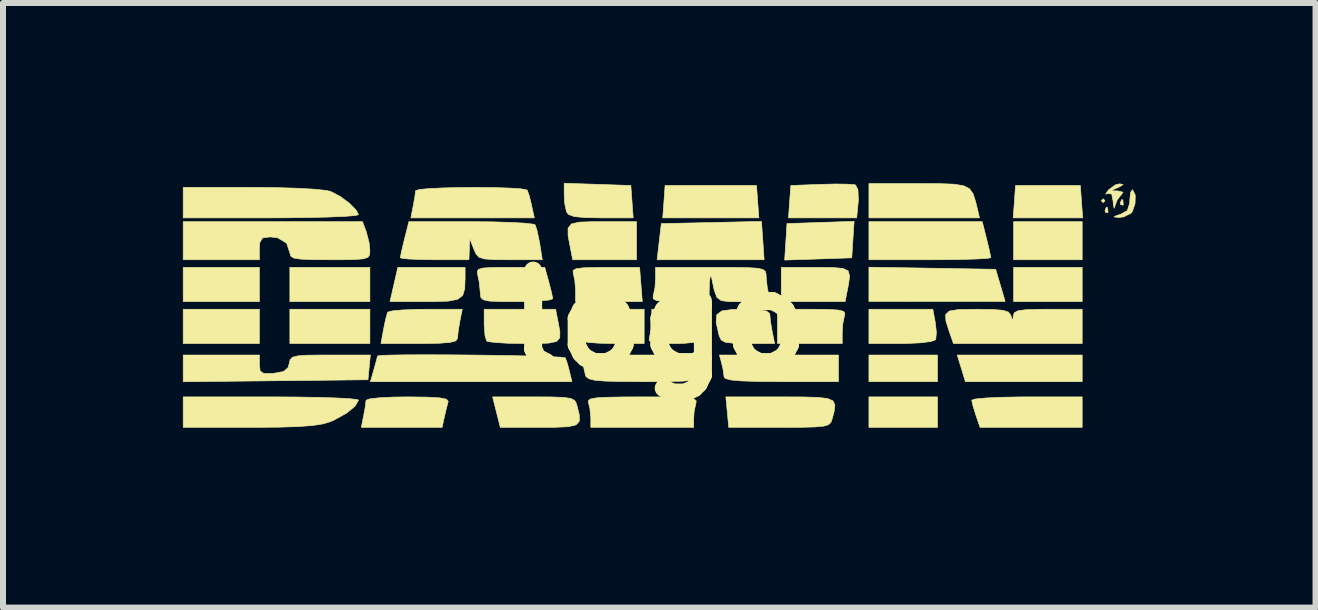
<source format=kicad_pcb>
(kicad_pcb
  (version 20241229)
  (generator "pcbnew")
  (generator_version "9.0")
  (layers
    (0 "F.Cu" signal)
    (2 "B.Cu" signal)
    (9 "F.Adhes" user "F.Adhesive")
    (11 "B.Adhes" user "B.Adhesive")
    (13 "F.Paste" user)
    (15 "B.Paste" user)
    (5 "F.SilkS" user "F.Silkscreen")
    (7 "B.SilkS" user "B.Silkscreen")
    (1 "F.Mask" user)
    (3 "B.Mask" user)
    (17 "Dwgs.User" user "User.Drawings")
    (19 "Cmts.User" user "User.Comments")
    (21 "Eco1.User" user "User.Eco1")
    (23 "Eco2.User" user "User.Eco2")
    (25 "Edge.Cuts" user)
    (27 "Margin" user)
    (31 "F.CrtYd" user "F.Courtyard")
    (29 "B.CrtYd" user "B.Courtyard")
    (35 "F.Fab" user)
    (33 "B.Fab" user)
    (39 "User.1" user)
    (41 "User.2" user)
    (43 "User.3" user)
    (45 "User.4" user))
  (footprint "logo"
    (layer "F.Cu")
    (at 7.942 2.296)
    (property "Reference" "logo" (at 0 0 0) (layer "F.SilkS") (effects (font (size 1.524 1.524) (thickness 0.3))))
    (attr through_hole)
    (fp_poly (pts (xy -6.668 -0.318) (xy -7.938 -0.318) (xy -7.938 -0.889) (xy -6.668 -0.889) (xy -6.668 -0.318)) (stroke (width 0.01) (type solid)) (fill yes) (layer "F.SilkS"))
    (fp_poly (pts (xy -6.668 0.381) (xy -7.938 0.381) (xy -7.938 -0.191) (xy -6.668 -0.191) (xy -6.668 0.381)) (stroke (width 0.01) (type solid)) (fill yes) (layer "F.SilkS"))
    (fp_poly (pts (xy -4.826 -0.318) (xy -6.16 -0.318) (xy -6.16 -0.889) (xy -4.826 -0.889) (xy -4.826 -0.318)) (stroke (width 0.01) (type solid)) (fill yes) (layer "F.SilkS"))
    (fp_poly (pts (xy -4.826 0.381) (xy -6.16 0.381) (xy -6.16 -0.191) (xy -4.826 -0.191) (xy -4.826 0.381)) (stroke (width 0.01) (type solid)) (fill yes) (layer "F.SilkS"))
    (fp_poly (pts (xy 1.746 -1.016) (xy -0.038 -1.016) (xy 0.032 -1.619) (xy 1.702 -1.655) (xy 1.746 -1.016)) (stroke (width 0.01) (type solid)) (fill yes) (layer "F.SilkS"))
    (fp_poly (pts (xy 4.636 1.016) (xy 3.493 1.016) (xy 3.493 0.572) (xy 4.636 0.572) (xy 4.636 1.016)) (stroke (width 0.01) (type solid)) (fill yes) (layer "F.SilkS"))
    (fp_poly (pts (xy 4.636 1.778) (xy 3.493 1.778) (xy 3.493 1.27) (xy 4.636 1.27) (xy 4.636 1.778)) (stroke (width 0.01) (type solid)) (fill yes) (layer "F.SilkS"))
    (fp_poly (pts (xy 7.048 -1.016) (xy 5.905 -1.016) (xy 5.905 -1.651) (xy 7.048 -1.651) (xy 7.048 -1.016)) (stroke (width 0.01) (type solid)) (fill yes) (layer "F.SilkS"))
    (fp_poly (pts (xy 7.048 -0.318) (xy 5.905 -0.318) (xy 5.905 -0.889) (xy 7.048 -0.889) (xy 7.048 -0.318)) (stroke (width 0.01) (type solid)) (fill yes) (layer "F.SilkS"))
    (fp_poly (pts (xy 7.429 -2) (xy 7.398 -1.968) (xy 7.366 -2) (xy 7.398 -2.032) (xy 7.429 -2)) (stroke (width 0.01) (type solid)) (fill yes) (layer "F.SilkS"))
    (fp_poly (pts (xy 1.658 -1.714) (xy 0.056 -1.714) (xy 0.076 -1.984) (xy 0.095 -2.254) (xy 1.619 -2.254) (xy 1.658 -1.714)) (stroke (width 0.01) (type solid)) (fill yes) (layer "F.SilkS"))
    (fp_poly (pts (xy 7.048 1.016) (xy 5.101 1.016) (xy 5.033 0.794) (xy 4.965 0.572) (xy 7.048 0.572) (xy 7.048 1.016)) (stroke (width 0.01) (type solid)) (fill yes) (layer "F.SilkS"))
    (fp_poly (pts (xy 7.056 -1.714) (xy 5.898 -1.714) (xy 5.918 -1.984) (xy 5.937 -2.254) (xy 7.017 -2.254) (xy 7.056 -1.714)) (stroke (width 0.01) (type solid)) (fill yes) (layer "F.SilkS"))
    (fp_poly (pts (xy 7.472 -1.884) (xy 7.479 -1.808) (xy 7.472 -1.799) (xy 7.434 -1.808) (xy 7.429 -1.841) (xy 7.453 -1.894) (xy 7.472 -1.884)) (stroke (width 0.01) (type solid)) (fill yes) (layer "F.SilkS"))
    (fp_poly (pts (xy 7.726 -2.011) (xy 7.733 -1.935) (xy 7.726 -1.926) (xy 7.688 -1.935) (xy 7.684 -1.968) (xy 7.707 -2.021) (xy 7.726 -2.011)) (stroke (width 0.01) (type solid)) (fill yes) (layer "F.SilkS"))
    (fp_poly (pts (xy 4.549 -0.875) (xy 5.606 -0.857) (xy 5.685 -0.589) (xy 5.764 -0.321) (xy 4.628 -0.321) (xy 3.493 -0.32) (xy 3.493 -0.892) (xy 4.549 -0.875)) (stroke (width 0.01) (type solid)) (fill yes) (layer "F.SilkS"))
    (fp_poly (pts (xy 3.226 -1.352) (xy 3.207 -1.048) (xy 2.648 -1.029) (xy 2.088 -1.011) (xy 2.108 -1.315) (xy 2.127 -1.619) (xy 2.686 -1.638) (xy 3.246 -1.656) (xy 3.226 -1.352)) (stroke (width 0.01) (type solid)) (fill yes) (layer "F.SilkS"))
    (fp_poly (pts (xy -3.239 -0.704) (xy -3.245 -0.532) (xy -3.279 -0.42) (xy -3.364 -0.356) (xy -3.522 -0.326) (xy -3.776 -0.318) (xy -3.903 -0.318) (xy -4.491 -0.318) (xy -4.36 -0.889) (xy -3.239 -0.889) (xy -3.239 -0.704)) (stroke (width 0.01) (type solid)) (fill yes) (layer "F.SilkS"))
    (fp_poly (pts (xy -0.381 -1.016) (xy -1.445 -1.016) (xy -1.484 -1.214) (xy -1.522 -1.415) (xy -1.523 -1.542) (xy -1.467 -1.613) (xy -1.336 -1.643) (xy -1.107 -1.651) (xy -0.953 -1.651) (xy -0.381 -1.651) (xy -0.381 -1.016)) (stroke (width 0.01) (type solid)) (fill yes) (layer "F.SilkS"))
    (fp_poly (pts (xy 2.884 -0.887) (xy 3.058 -0.872) (xy 3.147 -0.83) (xy 3.171 -0.744) (xy 3.152 -0.602) (xy 3.135 -0.516) (xy 3.096 -0.318) (xy 2.032 -0.318) (xy 2.032 -0.889) (xy 2.603 -0.889) (xy 2.884 -0.887)) (stroke (width 0.01) (type solid)) (fill yes) (layer "F.SilkS"))
    (fp_poly (pts (xy -1.032 -2.273) (xy -0.476 -2.254) (xy -0.437 -1.714) (xy -0.974 -1.714) (xy -1.248 -1.719) (xy -1.419 -1.736) (xy -1.513 -1.769) (xy -1.549 -1.815) (xy -1.578 -1.951) (xy -1.587 -2.103) (xy -1.587 -2.291) (xy -1.032 -2.273)) (stroke (width 0.01) (type solid)) (fill yes) (layer "F.SilkS"))
    (fp_poly (pts (xy -0.285 -0.318) (xy -1.397 -0.318) (xy -1.397 -0.503) (xy -1.41 -0.675) (xy -1.436 -0.789) (xy -1.439 -0.837) (xy -1.389 -0.866) (xy -1.266 -0.882) (xy -1.047 -0.888) (xy -0.902 -0.889) (xy -0.33 -0.889) (xy -0.285 -0.318)) (stroke (width 0.01) (type solid)) (fill yes) (layer "F.SilkS"))
    (fp_poly (pts (xy -0.254 0.381) (xy -0.751 0.381) (xy -0.992 0.376) (xy -1.18 0.363) (xy -1.283 0.343) (xy -1.291 0.339) (xy -1.319 0.253) (xy -1.333 0.094) (xy -1.333 0.053) (xy -1.333 -0.191) (xy -0.254 -0.191) (xy -0.254 0.381)) (stroke (width 0.01) (type solid)) (fill yes) (layer "F.SilkS"))
    (fp_poly (pts (xy 2.821 -0.188) (xy 2.989 -0.177) (xy 3.073 -0.155) (xy 3.093 -0.117) (xy 3.087 -0.09) (xy 3.058 0.047) (xy 3.048 0.196) (xy 3.048 0.381) (xy 1.968 0.381) (xy 1.968 -0.191) (xy 2.547 -0.191) (xy 2.821 -0.188)) (stroke (width 0.01) (type solid)) (fill yes) (layer "F.SilkS"))
    (fp_poly (pts (xy 2.985 1.016) (xy 2.032 1.016) (xy 1.643 1.013) (xy 1.367 1.004) (xy 1.19 0.988) (xy 1.099 0.963) (xy 1.079 0.937) (xy 1.062 0.814) (xy 1.039 0.714) (xy 1.001 0.572) (xy 2.985 0.572) (xy 2.985 1.016)) (stroke (width 0.01) (type solid)) (fill yes) (layer "F.SilkS"))
    (fp_poly (pts (xy 4.6 0.033) (xy 4.618 0.199) (xy 4.607 0.311) (xy 4.603 0.319) (xy 4.526 0.347) (xy 4.354 0.369) (xy 4.119 0.38) (xy 4.029 0.381) (xy 3.493 0.381) (xy 3.493 -0.191) (xy 4.558 -0.191) (xy 4.6 0.033)) (stroke (width 0.01) (type solid)) (fill yes) (layer "F.SilkS"))
    (fp_poly (pts (xy 4.666 -2.285) (xy 4.911 -2.276) (xy 5.072 -2.25) (xy 5.172 -2.198) (xy 5.231 -2.112) (xy 5.272 -1.983) (xy 5.295 -1.889) (xy 5.336 -1.714) (xy 3.493 -1.714) (xy 3.493 -2.286) (xy 4.316 -2.286) (xy 4.666 -2.285)) (stroke (width 0.01) (type solid)) (fill yes) (layer "F.SilkS"))
    (fp_poly (pts (xy 3.139 -2.276) (xy 3.256 -2.267) (xy 3.267 -2.264) (xy 3.31 -2.186) (xy 3.317 -2.016) (xy 3.314 -1.976) (xy 3.289 -1.714) (xy 2.152 -1.714) (xy 2.171 -1.984) (xy 2.191 -2.254) (xy 2.693 -2.273) (xy 2.939 -2.279) (xy 3.139 -2.276)) (stroke (width 0.01) (type solid)) (fill yes) (layer "F.SilkS"))
    (fp_poly (pts (xy 5.453 -1.369) (xy 5.496 -1.193) (xy 5.521 -1.074) (xy 5.524 -1.051) (xy 5.465 -1.039) (xy 5.299 -1.029) (xy 5.049 -1.021) (xy 4.735 -1.017) (xy 4.508 -1.016) (xy 3.493 -1.016) (xy 3.493 -1.651) (xy 5.382 -1.651) (xy 5.453 -1.369)) (stroke (width 0.01) (type solid)) (fill yes) (layer "F.SilkS"))
    (fp_poly (pts (xy 7.048 1.778) (xy 5.346 1.778) (xy 5.277 1.578) (xy 5.229 1.425) (xy 5.207 1.327) (xy 5.207 1.324) (xy 5.267 1.305) (xy 5.431 1.289) (xy 5.678 1.277) (xy 5.985 1.271) (xy 6.128 1.27) (xy 7.048 1.27) (xy 7.048 1.778)) (stroke (width 0.01) (type solid)) (fill yes) (layer "F.SilkS"))
    (fp_poly (pts (xy 0.762 -0.005) (xy 0.752 0.185) (xy 0.706 0.3) (xy 0.598 0.358) (xy 0.403 0.379) (xy 0.24 0.381) (xy 0.007 0.377) (xy -0.122 0.362) (xy -0.171 0.329) (xy -0.166 0.281) (xy -0.137 0.144) (xy -0.127 -0.005) (xy -0.127 -0.191) (xy 0.762 -0.191) (xy 0.762 -0.005)) (stroke (width 0.01) (type solid)) (fill yes) (layer "F.SilkS"))
    (fp_poly (pts (xy 7.89 -2.181) (xy 7.933 -2.092) (xy 7.929 -1.95) (xy 7.884 -1.819) (xy 7.861 -1.791) (xy 7.738 -1.73) (xy 7.655 -1.721) (xy 7.579 -1.73) (xy 7.619 -1.753) (xy 7.684 -1.772) (xy 7.8 -1.835) (xy 7.84 -1.96) (xy 7.842 -2.014) (xy 7.855 -2.141) (xy 7.887 -2.183) (xy 7.89 -2.181)) (stroke (width 0.01) (type solid)) (fill yes) (layer "F.SilkS"))
    (fp_poly (pts (xy -1.794 1.271) (xy -1.595 1.279) (xy -1.476 1.296) (xy -1.413 1.329) (xy -1.383 1.382) (xy -1.374 1.413) (xy -1.335 1.571) (xy -1.334 1.675) (xy -1.388 1.736) (xy -1.517 1.767) (xy -1.74 1.777) (xy -1.993 1.778) (xy -2.652 1.778) (xy -2.716 1.524) (xy -2.78 1.27) (xy -2.096 1.27) (xy -1.794 1.271)) (stroke (width 0.01) (type solid)) (fill yes) (layer "F.SilkS"))
    (fp_poly (pts (xy -1.691 0.008) (xy -1.659 0.178) (xy -1.661 0.287) (xy -1.716 0.347) (xy -1.846 0.374) (xy -2.071 0.381) (xy -2.244 0.381) (xy -2.507 0.377) (xy -2.719 0.365) (xy -2.852 0.349) (xy -2.879 0.339) (xy -2.906 0.253) (xy -2.92 0.094) (xy -2.921 0.053) (xy -2.921 -0.191) (xy -1.73 -0.191) (xy -1.691 0.008)) (stroke (width 0.01) (type solid)) (fill yes) (layer "F.SilkS"))
    (fp_poly (pts (xy -3.873 1.274) (xy -3.664 1.286) (xy -3.552 1.308) (xy -3.52 1.343) (xy -3.521 1.349) (xy -3.552 1.468) (xy -3.584 1.603) (xy -3.622 1.778) (xy -4.969 1.778) (xy -4.929 1.58) (xy -4.901 1.424) (xy -4.89 1.326) (xy -4.889 1.326) (xy -4.83 1.303) (xy -4.67 1.285) (xy -4.434 1.273) (xy -4.193 1.27) (xy -3.873 1.274)) (stroke (width 0.01) (type solid)) (fill yes) (layer "F.SilkS"))
    (fp_poly (pts (xy 2.383 1.271) (xy 2.641 1.278) (xy 2.807 1.298) (xy 2.896 1.338) (xy 2.926 1.406) (xy 2.914 1.509) (xy 2.881 1.635) (xy 2.86 1.693) (xy 2.821 1.733) (xy 2.741 1.757) (xy 2.601 1.771) (xy 2.379 1.777) (xy 2.053 1.778) (xy 2 1.778) (xy 1.156 1.778) (xy 1.108 1.27) (xy 2.014 1.27) (xy 2.383 1.271)) (stroke (width 0.01) (type solid)) (fill yes) (layer "F.SilkS"))
    (fp_poly (pts (xy -6.395 -2.219) (xy -6.038 -2.208) (xy -5.749 -2.192) (xy -5.552 -2.171) (xy -5.481 -2.155) (xy -5.32 -2.071) (xy -5.164 -1.955) (xy -5.051 -1.839) (xy -5.016 -1.767) (xy -5.077 -1.752) (xy -5.247 -1.739) (xy -5.508 -1.728) (xy -5.843 -1.72) (xy -6.235 -1.715) (xy -6.477 -1.714) (xy -7.938 -1.714) (xy -7.938 -2.223) (xy -6.799 -2.223) (xy -6.395 -2.219)) (stroke (width 0.01) (type solid)) (fill yes) (layer "F.SilkS"))
    (fp_poly (pts (xy -3.326 0.008) (xy -3.354 0.176) (xy -3.365 0.294) (xy -3.393 0.335) (xy -3.489 0.362) (xy -3.671 0.376) (xy -3.959 0.381) (xy -4.003 0.381) (xy -4.641 0.381) (xy -4.598 0.143) (xy -4.564 -0.024) (xy -4.533 -0.133) (xy -4.528 -0.143) (xy -4.457 -0.163) (xy -4.288 -0.179) (xy -4.05 -0.189) (xy -3.894 -0.191) (xy -3.286 -0.191) (xy -3.326 0.008)) (stroke (width 0.01) (type solid)) (fill yes) (layer "F.SilkS"))
    (fp_poly (pts (xy 1.644 -0.184) (xy 1.785 -0.161) (xy 1.839 -0.119) (xy 1.841 -0.103) (xy 1.853 0.019) (xy 1.881 0.183) (xy 1.921 0.381) (xy 1.476 0.381) (xy 1.241 0.377) (xy 1.103 0.361) (xy 1.031 0.323) (xy 0.997 0.253) (xy 0.993 0.238) (xy 0.946 0.028) (xy 0.956 -0.099) (xy 1.043 -0.164) (xy 1.225 -0.188) (xy 1.397 -0.191) (xy 1.644 -0.184)) (stroke (width 0.01) (type solid)) (fill yes) (layer "F.SilkS"))
    (fp_poly (pts (xy -6.062 1.272) (xy -5.692 1.278) (xy -5.386 1.288) (xy -5.162 1.3) (xy -5.037 1.315) (xy -5.016 1.324) (xy -5.071 1.423) (xy -5.215 1.541) (xy -5.418 1.654) (xy -5.477 1.68) (xy -5.601 1.719) (xy -5.774 1.746) (xy -6.015 1.765) (xy -6.342 1.775) (xy -6.776 1.778) (xy -6.824 1.778) (xy -7.938 1.778) (xy -7.938 1.27) (xy -6.477 1.27) (xy -6.062 1.272)) (stroke (width 0.01) (type solid)) (fill yes) (layer "F.SilkS"))
    (fp_poly (pts (xy -2.753 -2.219) (xy -2.501 -2.211) (xy -2.311 -2.199) (xy -2.21 -2.181) (xy -2.202 -2.175) (xy -2.17 -2.085) (xy -2.132 -1.931) (xy -2.13 -1.921) (xy -2.085 -1.714) (xy -4.143 -1.714) (xy -4.104 -1.913) (xy -4.076 -2.069) (xy -4.064 -2.166) (xy -4.064 -2.167) (xy -4.005 -2.187) (xy -3.846 -2.202) (xy -3.615 -2.213) (xy -3.337 -2.22) (xy -3.041 -2.222) (xy -2.753 -2.219)) (stroke (width 0.01) (type solid)) (fill yes) (layer "F.SilkS"))
    (fp_poly (pts (xy 0.078 1.271) (xy 0.332 1.277) (xy 0.495 1.288) (xy 0.583 1.307) (xy 0.614 1.337) (xy 0.61 1.37) (xy 0.579 1.514) (xy 0.572 1.624) (xy 0.572 1.778) (xy -1.143 1.778) (xy -1.143 1.624) (xy -1.159 1.46) (xy -1.182 1.37) (xy -1.184 1.331) (xy -1.145 1.304) (xy -1.046 1.286) (xy -0.87 1.276) (xy -0.599 1.271) (xy -0.286 1.27) (xy 0.078 1.271)) (stroke (width 0.01) (type solid)) (fill yes) (layer "F.SilkS"))
    (fp_poly (pts (xy 7.73 -2.268) (xy 7.669 -2.23) (xy 7.652 -2.223) (xy 7.525 -2.168) (xy 7.652 -2.162) (xy 7.728 -2.142) (xy 7.707 -2.11) (xy 7.632 -2.014) (xy 7.603 -1.937) (xy 7.58 -1.875) (xy 7.567 -1.931) (xy 7.564 -1.988) (xy 7.54 -2.112) (xy 7.48 -2.121) (xy 7.477 -2.119) (xy 7.439 -2.11) (xy 7.485 -2.179) (xy 7.6 -2.264) (xy 7.675 -2.282) (xy 7.73 -2.268)) (stroke (width 0.01) (type solid)) (fill yes) (layer "F.SilkS"))
    (fp_poly (pts (xy -6.668 0.734) (xy -6.655 0.84) (xy -6.593 0.88) (xy -6.446 0.878) (xy -6.429 0.877) (xy -6.264 0.847) (xy -6.189 0.78) (xy -6.171 0.714) (xy -6.156 0.651) (xy -6.116 0.609) (xy -6.029 0.586) (xy -5.871 0.575) (xy -5.619 0.572) (xy -5.484 0.572) (xy -4.818 0.572) (xy -4.858 0.984) (xy -6.398 1.001) (xy -7.938 1.018) (xy -7.938 0.572) (xy -6.668 0.572) (xy -6.668 0.734)) (stroke (width 0.01) (type solid)) (fill yes) (layer "F.SilkS"))
    (fp_poly (pts (xy -3.547 0.569) (xy -3.165 0.572) (xy -2.782 0.577) (xy -2.418 0.583) (xy -2.093 0.59) (xy -1.83 0.598) (xy -1.649 0.608) (xy -1.57 0.618) (xy -1.568 0.619) (xy -1.535 0.711) (xy -1.5 0.841) (xy -1.458 1.016) (xy -4.817 1.016) (xy -4.758 0.81) (xy -4.718 0.667) (xy -4.699 0.59) (xy -4.699 0.588) (xy -4.639 0.579) (xy -4.473 0.573) (xy -4.222 0.569) (xy -3.906 0.568) (xy -3.547 0.569)) (stroke (width 0.01) (type solid)) (fill yes) (layer "F.SilkS"))
    (fp_poly (pts (xy -1.845 -0.651) (xy -1.802 -0.486) (xy -1.779 -0.377) (xy -1.778 -0.365) (xy -1.837 -0.345) (xy -1.995 -0.329) (xy -2.225 -0.319) (xy -2.381 -0.318) (xy -2.661 -0.319) (xy -2.837 -0.327) (xy -2.934 -0.348) (xy -2.976 -0.386) (xy -2.985 -0.448) (xy -2.985 -0.46) (xy -3.003 -0.644) (xy -3.025 -0.746) (xy -3.037 -0.814) (xy -3.017 -0.855) (xy -2.941 -0.878) (xy -2.786 -0.887) (xy -2.529 -0.889) (xy -2.487 -0.889) (xy -1.911 -0.889) (xy -1.845 -0.651)) (stroke (width 0.01) (type solid)) (fill yes) (layer "F.SilkS"))
    (fp_poly (pts (xy 7.048 0.381) (xy 4.902 0.381) (xy 4.832 0.181) (xy 4.777 0.008) (xy 4.771 -0.1) (xy 4.832 -0.16) (xy 4.979 -0.185) (xy 5.231 -0.19) (xy 5.298 -0.191) (xy 5.564 -0.187) (xy 5.73 -0.173) (xy 5.819 -0.143) (xy 5.858 -0.092) (xy 5.862 -0.079) (xy 5.886 -0.001) (xy 5.896 -0.046) (xy 5.898 -0.079) (xy 5.916 -0.133) (xy 5.978 -0.166) (xy 6.108 -0.183) (xy 6.329 -0.19) (xy 6.477 -0.191) (xy 7.048 -0.191) (xy 7.048 0.381)) (stroke (width 0.01) (type solid)) (fill yes) (layer "F.SilkS"))
    (fp_poly (pts (xy -4.888 -1.488) (xy -4.839 -1.302) (xy -4.826 -1.171) (xy -4.83 -1.102) (xy -4.857 -1.057) (xy -4.93 -1.032) (xy -5.071 -1.02) (xy -5.304 -1.016) (xy -5.493 -1.016) (xy -5.792 -1.018) (xy -5.986 -1.027) (xy -6.097 -1.045) (xy -6.147 -1.078) (xy -6.159 -1.129) (xy -6.16 -1.13) (xy -6.213 -1.291) (xy -6.364 -1.382) (xy -6.49 -1.397) (xy -6.616 -1.38) (xy -6.662 -1.301) (xy -6.668 -1.206) (xy -6.668 -1.016) (xy -7.938 -1.016) (xy -7.938 -1.651) (xy -4.95 -1.651) (xy -4.888 -1.488)) (stroke (width 0.01) (type solid)) (fill yes) (layer "F.SilkS"))
    (fp_poly (pts (xy -2.79 -1.648) (xy -2.486 -1.639) (xy -2.251 -1.626) (xy -2.106 -1.61) (xy -2.07 -1.597) (xy -2.04 -1.505) (xy -2.005 -1.34) (xy -1.994 -1.28) (xy -1.952 -1.016) (xy -2.488 -1.016) (xy -2.749 -1.018) (xy -2.912 -1.029) (xy -3.005 -1.057) (xy -3.056 -1.111) (xy -3.092 -1.191) (xy -3.161 -1.365) (xy -3.175 -1.016) (xy -3.747 -1.016) (xy -3.998 -1.02) (xy -4.193 -1.029) (xy -4.304 -1.043) (xy -4.318 -1.051) (xy -4.304 -1.129) (xy -4.268 -1.285) (xy -4.247 -1.369) (xy -4.176 -1.651) (xy -3.139 -1.651) (xy -2.79 -1.648)) (stroke (width 0.01) (type solid)) (fill yes) (layer "F.SilkS"))
    (fp_poly (pts (xy 0.096 0.572) (xy 0.367 0.578) (xy 0.545 0.593) (xy 0.647 0.625) (xy 0.688 0.677) (xy 0.687 0.756) (xy 0.66 0.866) (xy 0.658 0.873) (xy 0.639 0.929) (xy 0.601 0.968) (xy 0.526 0.993) (xy 0.392 1.008) (xy 0.179 1.014) (xy -0.132 1.016) (xy -0.286 1.016) (xy -0.65 1.014) (xy -0.907 1.007) (xy -1.075 0.993) (xy -1.173 0.969) (xy -1.221 0.934) (xy -1.231 0.916) (xy -1.265 0.764) (xy -1.27 0.693) (xy -1.263 0.647) (xy -1.229 0.614) (xy -1.15 0.593) (xy -1.007 0.58) (xy -0.782 0.574) (xy -0.456 0.572) (xy -0.286 0.572) (xy 0.096 0.572)) (stroke (width 0.01) (type solid)) (fill yes) (layer "F.SilkS"))
    (fp_poly (pts (xy 1.216 -0.888) (xy 1.467 -0.885) (xy 1.629 -0.875) (xy 1.722 -0.856) (xy 1.765 -0.824) (xy 1.778 -0.778) (xy 1.779 -0.746) (xy 1.797 -0.562) (xy 1.818 -0.46) (xy 1.831 -0.386) (xy 1.804 -0.343) (xy 1.712 -0.324) (xy 1.53 -0.318) (xy 1.406 -0.318) (xy 1.172 -0.317) (xy 1.033 -0.334) (xy 0.958 -0.39) (xy 0.913 -0.512) (xy 0.869 -0.723) (xy 0.867 -0.73) (xy 0.85 -0.753) (xy 0.837 -0.668) (xy 0.833 -0.587) (xy 0.826 -0.318) (xy 0.342 -0.318) (xy 0.097 -0.321) (xy -0.044 -0.335) (xy -0.103 -0.364) (xy -0.104 -0.413) (xy -0.102 -0.418) (xy -0.073 -0.555) (xy -0.064 -0.704) (xy -0.064 -0.889) (xy 0.857 -0.889) (xy 1.216 -0.888)) (stroke (width 0.01) (type solid)) (fill yes) (layer "F.SilkS")))
  (gr_rect
    (start -3 -3)
    (end 18.88 7.079)
    (stroke (width 0.1) (type default))
    (fill no)
    (layer "Edge.Cuts")))
</source>
